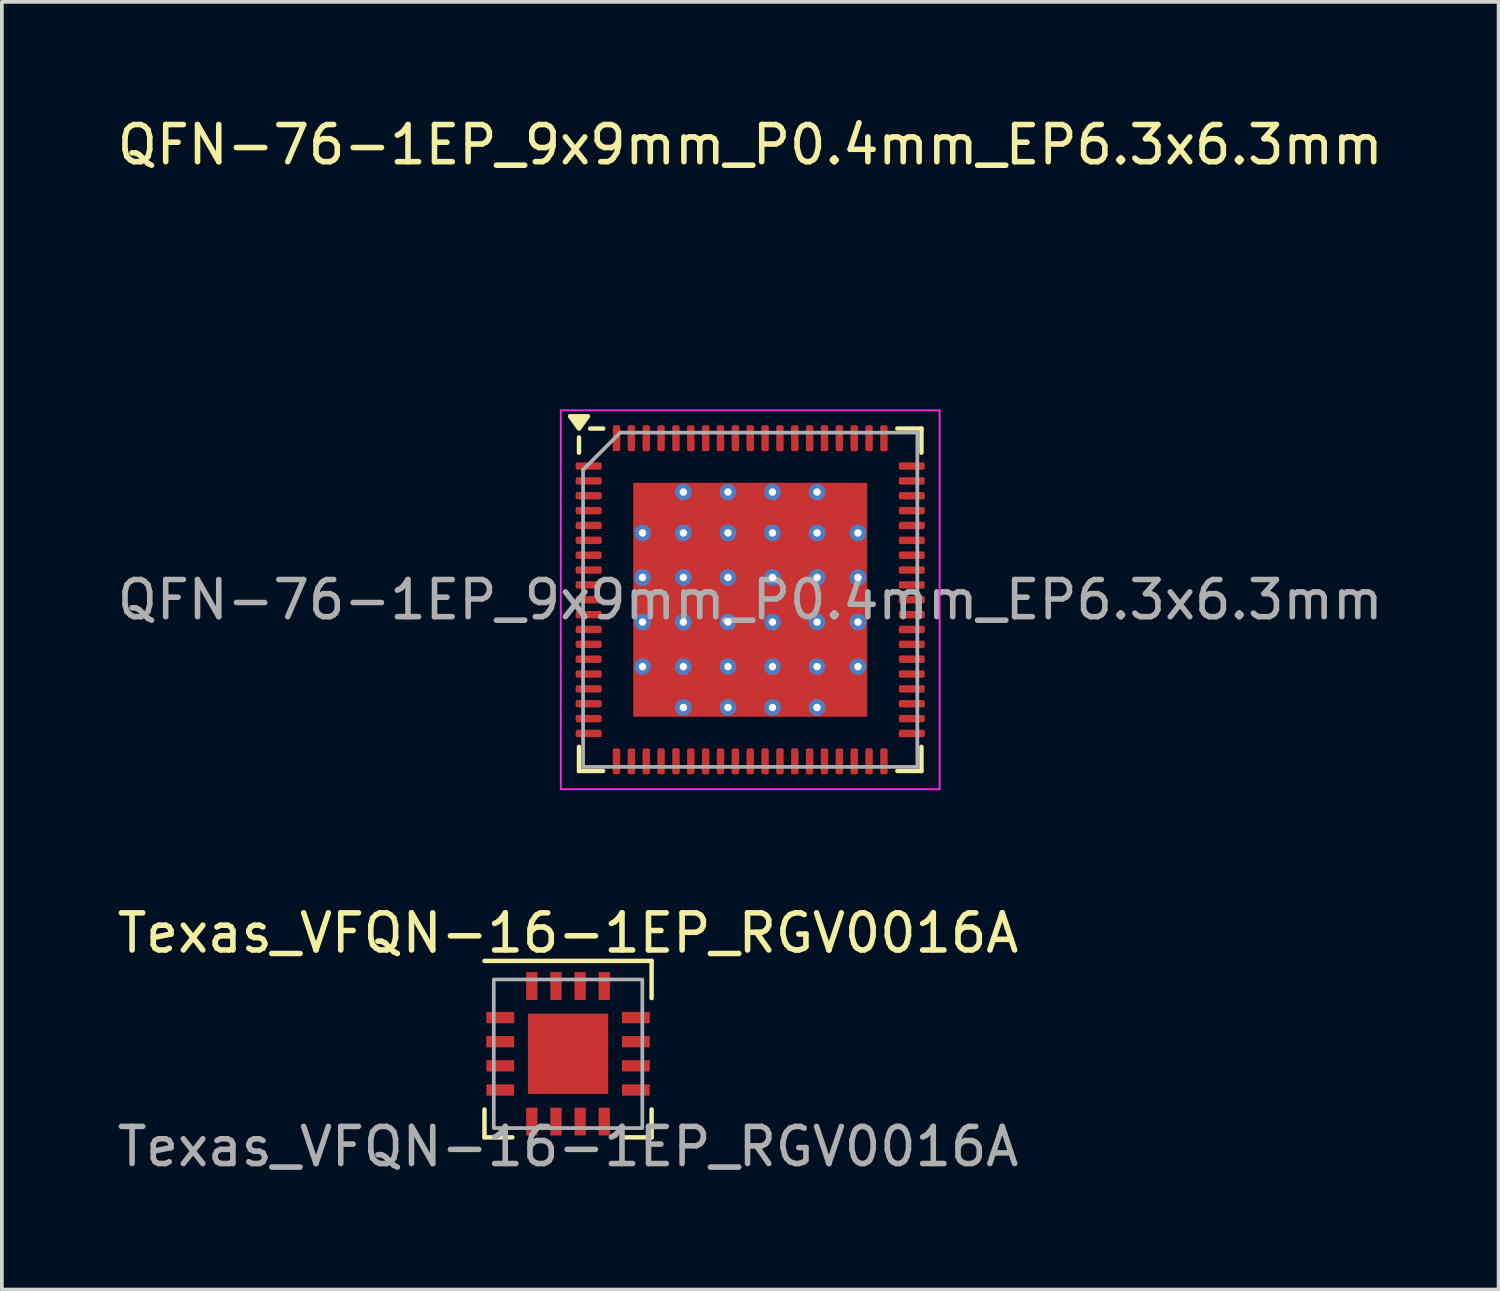
<source format=kicad_pcb>
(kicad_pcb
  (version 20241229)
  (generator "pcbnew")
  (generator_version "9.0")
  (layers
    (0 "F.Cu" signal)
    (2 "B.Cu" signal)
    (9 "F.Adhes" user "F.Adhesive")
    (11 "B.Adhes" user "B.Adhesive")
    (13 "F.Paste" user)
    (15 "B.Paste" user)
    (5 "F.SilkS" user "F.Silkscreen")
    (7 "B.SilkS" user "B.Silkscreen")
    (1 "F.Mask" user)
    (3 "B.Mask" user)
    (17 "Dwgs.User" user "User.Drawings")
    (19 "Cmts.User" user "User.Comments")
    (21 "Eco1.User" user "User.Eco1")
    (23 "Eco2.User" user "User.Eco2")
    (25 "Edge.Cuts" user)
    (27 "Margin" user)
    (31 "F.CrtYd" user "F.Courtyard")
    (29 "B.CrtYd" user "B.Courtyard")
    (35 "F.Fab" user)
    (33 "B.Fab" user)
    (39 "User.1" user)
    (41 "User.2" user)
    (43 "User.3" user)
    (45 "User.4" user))
  (footprint "Texas_VFQN-16-1EP_RGV0016A"
    (layer "F.Cu")
    (at 12.244 25.322)
    (property "Reference" "Texas_VFQN-16-1EP_RGV0016A" (at 0 -3.25 0) (unlocked yes) (layer "F.SilkS") (effects (font (size 1 1) (thickness 0.15))))
    (attr smd)
    (fp_line (start -2.25 -2.5) (end 2.25 -2.5) (stroke (width 0.12) (type default)) (layer "F.SilkS"))
    (fp_line (start -2.25 2.25) (end -2.25 1.5) (stroke (width 0.12) (type default)) (layer "F.SilkS"))
    (fp_line (start -1.5 2.25) (end -2.25 2.25) (stroke (width 0.12) (type default)) (layer "F.SilkS"))
    (fp_line (start 2.25 -2.5) (end 2.25 -1.5) (stroke (width 0.12) (type default)) (layer "F.SilkS"))
    (fp_line (start 2.25 1.5) (end 2.25 2.25) (stroke (width 0.12) (type default)) (layer "F.SilkS"))
    (fp_line (start 2.25 2.25) (end 1.5 2.25) (stroke (width 0.12) (type default)) (layer "F.SilkS"))
    (fp_rect (start -2 -2) (end 2 2) (stroke (width 0.1) (type default)) (fill no) (layer "F.Fab"))
    (fp_text user "${REFERENCE}" (at 0 2.5 0) (unlocked yes) (layer "F.Fab") (effects (font (size 1 1) (thickness 0.15))))
    (pad "1" smd rect (at -1.825 -0.975) (size 0.75 0.305) (layers "F.Cu" "F.Mask" "F.Paste"))
    (pad "2" smd rect (at -1.825 -0.325) (size 0.75 0.305) (layers "F.Cu" "F.Mask" "F.Paste"))
    (pad "3" smd rect (at -1.825 0.325) (size 0.75 0.305) (layers "F.Cu" "F.Mask" "F.Paste"))
    (pad "4" smd rect (at -1.825 0.975) (size 0.75 0.305) (layers "F.Cu" "F.Mask" "F.Paste"))
    (pad "5" smd rect (at -0.975 1.825 90) (size 0.75 0.305) (layers "F.Cu" "F.Mask" "F.Paste"))
    (pad "6" smd rect (at -0.325 1.825 90) (size 0.75 0.305) (layers "F.Cu" "F.Mask" "F.Paste"))
    (pad "7" smd rect (at 0.325 1.825 90) (size 0.75 0.305) (layers "F.Cu" "F.Mask" "F.Paste"))
    (pad "8" smd rect (at 0.975 1.825 90) (size 0.75 0.305) (layers "F.Cu" "F.Mask" "F.Paste"))
    (pad "9" smd rect (at 1.825 0.975) (size 0.75 0.305) (layers "F.Cu" "F.Mask" "F.Paste"))
    (pad "10" smd rect (at 1.825 0.325) (size 0.75 0.305) (layers "F.Cu" "F.Mask" "F.Paste"))
    (pad "11" smd rect (at 1.825 -0.325) (size 0.75 0.305) (layers "F.Cu" "F.Mask" "F.Paste"))
    (pad "12" smd rect (at 1.825 -0.975) (size 0.75 0.305) (layers "F.Cu" "F.Mask" "F.Paste"))
    (pad "13" smd rect (at 0.975 -1.825 90) (size 0.75 0.305) (layers "F.Cu" "F.Mask" "F.Paste"))
    (pad "14" smd rect (at 0.325 -1.825 90) (size 0.75 0.305) (layers "F.Cu" "F.Mask" "F.Paste"))
    (pad "15" smd rect (at -0.325 -1.825 90) (size 0.75 0.305) (layers "F.Cu" "F.Mask" "F.Paste"))
    (pad "16" smd rect (at -0.975 -1.825 90) (size 0.75 0.305) (layers "F.Cu" "F.Mask" "F.Paste"))
    (pad "17" smd rect (at 0 0) (size 2.16 2.16) (layers "F.Cu" "F.Mask" "F.Paste")))
  (footprint "QFN-76-1EP_9x9mm_P0.4mm_EP6.3x6.3mm"
    (layer "F.Cu")
    (at 17.149 13.098)
    (property "Reference" "QFN-76-1EP_9x9mm_P0.4mm_EP6.3x6.3mm" (at 0 -12.25 0) (unlocked yes) (layer "F.SilkS") (effects (font (size 1 1) (thickness 0.15))))
    (attr smd)
    (fp_line (start -4.61 -3.96) (end -4.61 -4.37) (stroke (width 0.12) (type solid)) (layer "F.SilkS"))
    (fp_line (start -4.61 4.61) (end -4.61 3.96) (stroke (width 0.12) (type solid)) (layer "F.SilkS"))
    (fp_line (start -3.96 -4.61) (end -4.31 -4.61) (stroke (width 0.12) (type solid)) (layer "F.SilkS"))
    (fp_line (start -3.96 4.61) (end -4.61 4.61) (stroke (width 0.12) (type solid)) (layer "F.SilkS"))
    (fp_line (start 3.96 -4.61) (end 4.61 -4.61) (stroke (width 0.12) (type solid)) (layer "F.SilkS"))
    (fp_line (start 3.96 4.61) (end 4.61 4.61) (stroke (width 0.12) (type solid)) (layer "F.SilkS"))
    (fp_line (start 4.61 -4.61) (end 4.61 -3.96) (stroke (width 0.12) (type solid)) (layer "F.SilkS"))
    (fp_line (start 4.61 4.61) (end 4.61 3.96) (stroke (width 0.12) (type solid)) (layer "F.SilkS"))
    (fp_poly (pts (xy -4.61 -4.61) (xy -4.85 -4.94) (xy -4.37 -4.94) (xy -4.61 -4.61)) (stroke (width 0.12) (type solid)) (fill yes) (layer "F.SilkS"))
    (fp_line (start -5.1 -5.1) (end -5.1 5.1) (stroke (width 0.05) (type solid)) (layer "F.CrtYd"))
    (fp_line (start -5.1 5.1) (end 5.1 5.1) (stroke (width 0.05) (type solid)) (layer "F.CrtYd"))
    (fp_line (start 5.1 -5.1) (end -5.1 -5.1) (stroke (width 0.05) (type solid)) (layer "F.CrtYd"))
    (fp_line (start 5.1 5.1) (end 5.1 -5.1) (stroke (width 0.05) (type solid)) (layer "F.CrtYd"))
    (fp_line (start -4.5 -3.5) (end -3.5 -4.5) (stroke (width 0.1) (type solid)) (layer "F.Fab"))
    (fp_line (start -4.5 4.5) (end -4.5 -3.5) (stroke (width 0.1) (type solid)) (layer "F.Fab"))
    (fp_line (start -3.5 -4.5) (end 4.5 -4.5) (stroke (width 0.1) (type solid)) (layer "F.Fab"))
    (fp_line (start 4.5 -4.5) (end 4.5 4.5) (stroke (width 0.1) (type solid)) (layer "F.Fab"))
    (fp_line (start 4.5 4.5) (end -4.5 4.5) (stroke (width 0.1) (type solid)) (layer "F.Fab"))
    (fp_text user "${REFERENCE}" (at 0 0 0) (layer "F.Fab") (effects (font (size 1 1) (thickness 0.15))))
    (pad "1" smd roundrect (at -4.35 -3.6) (size 0.7 0.2) (property pad_prop_heatsink) (layers "F.Cu" "F.Mask" "F.Paste") (roundrect_rratio 0.25))
    (pad "2" smd roundrect (at -4.35 -3.2) (size 0.7 0.2) (property pad_prop_heatsink) (layers "F.Cu" "F.Mask" "F.Paste") (roundrect_rratio 0.25))
    (pad "3" smd roundrect (at -4.35 -2.8) (size 0.7 0.2) (property pad_prop_heatsink) (layers "F.Cu" "F.Mask" "F.Paste") (roundrect_rratio 0.25))
    (pad "4" smd roundrect (at -4.35 -2.4) (size 0.7 0.2) (property pad_prop_heatsink) (layers "F.Cu" "F.Mask" "F.Paste") (roundrect_rratio 0.25))
    (pad "5" smd roundrect (at -4.35 -2) (size 0.7 0.2) (property pad_prop_heatsink) (layers "F.Cu" "F.Mask" "F.Paste") (roundrect_rratio 0.25))
    (pad "6" smd roundrect (at -4.35 -1.6) (size 0.7 0.2) (property pad_prop_heatsink) (layers "F.Cu" "F.Mask" "F.Paste") (roundrect_rratio 0.25))
    (pad "7" smd roundrect (at -4.35 -1.2) (size 0.7 0.2) (property pad_prop_heatsink) (layers "F.Cu" "F.Mask" "F.Paste") (roundrect_rratio 0.25))
    (pad "8" smd roundrect (at -4.35 -0.8) (size 0.7 0.2) (property pad_prop_heatsink) (layers "F.Cu" "F.Mask" "F.Paste") (roundrect_rratio 0.25))
    (pad "9" smd roundrect (at -4.35 -0.4) (size 0.7 0.2) (property pad_prop_heatsink) (layers "F.Cu" "F.Mask" "F.Paste") (roundrect_rratio 0.25))
    (pad "10" smd roundrect (at -4.35 0) (size 0.7 0.2) (property pad_prop_heatsink) (layers "F.Cu" "F.Mask" "F.Paste") (roundrect_rratio 0.25))
    (pad "11" smd roundrect (at -4.35 0.4) (size 0.7 0.2) (property pad_prop_heatsink) (layers "F.Cu" "F.Mask" "F.Paste") (roundrect_rratio 0.25))
    (pad "12" smd roundrect (at -4.35 0.8) (size 0.7 0.2) (property pad_prop_heatsink) (layers "F.Cu" "F.Mask" "F.Paste") (roundrect_rratio 0.25))
    (pad "13" smd roundrect (at -4.35 1.2) (size 0.7 0.2) (property pad_prop_heatsink) (layers "F.Cu" "F.Mask" "F.Paste") (roundrect_rratio 0.25))
    (pad "14" smd roundrect (at -4.35 1.6) (size 0.7 0.2) (property pad_prop_heatsink) (layers "F.Cu" "F.Mask" "F.Paste") (roundrect_rratio 0.25))
    (pad "15" smd roundrect (at -4.35 2) (size 0.7 0.2) (property pad_prop_heatsink) (layers "F.Cu" "F.Mask" "F.Paste") (roundrect_rratio 0.25))
    (pad "16" smd roundrect (at -4.35 2.4) (size 0.7 0.2) (property pad_prop_heatsink) (layers "F.Cu" "F.Mask" "F.Paste") (roundrect_rratio 0.25))
    (pad "17" smd roundrect (at -4.35 2.8) (size 0.7 0.2) (property pad_prop_heatsink) (layers "F.Cu" "F.Mask" "F.Paste") (roundrect_rratio 0.25))
    (pad "18" smd roundrect (at -4.35 3.2) (size 0.7 0.2) (property pad_prop_heatsink) (layers "F.Cu" "F.Mask" "F.Paste") (roundrect_rratio 0.25))
    (pad "19" smd roundrect (at -4.35 3.6) (size 0.7 0.2) (property pad_prop_heatsink) (layers "F.Cu" "F.Mask" "F.Paste") (roundrect_rratio 0.25))
    (pad "20" smd roundrect (at -3.6 4.35 90) (size 0.7 0.2) (property pad_prop_heatsink) (layers "F.Cu" "F.Mask" "F.Paste") (roundrect_rratio 0.25))
    (pad "21" smd roundrect (at -3.2 4.35 90) (size 0.7 0.2) (property pad_prop_heatsink) (layers "F.Cu" "F.Mask" "F.Paste") (roundrect_rratio 0.25))
    (pad "22" smd roundrect (at -2.8 4.35 90) (size 0.7 0.2) (property pad_prop_heatsink) (layers "F.Cu" "F.Mask" "F.Paste") (roundrect_rratio 0.25))
    (pad "23" smd roundrect (at -2.4 4.35 90) (size 0.7 0.2) (property pad_prop_heatsink) (layers "F.Cu" "F.Mask" "F.Paste") (roundrect_rratio 0.25))
    (pad "24" smd roundrect (at -2 4.35 90) (size 0.7 0.2) (property pad_prop_heatsink) (layers "F.Cu" "F.Mask" "F.Paste") (roundrect_rratio 0.25))
    (pad "25" smd roundrect (at -1.6 4.35 90) (size 0.7 0.2) (property pad_prop_heatsink) (layers "F.Cu" "F.Mask" "F.Paste") (roundrect_rratio 0.25))
    (pad "26" smd roundrect (at -1.2 4.35 90) (size 0.7 0.2) (property pad_prop_heatsink) (layers "F.Cu" "F.Mask" "F.Paste") (roundrect_rratio 0.25))
    (pad "27" smd roundrect (at -0.8 4.35 90) (size 0.7 0.2) (property pad_prop_heatsink) (layers "F.Cu" "F.Mask" "F.Paste") (roundrect_rratio 0.25))
    (pad "28" smd roundrect (at -0.4 4.35 90) (size 0.7 0.2) (property pad_prop_heatsink) (layers "F.Cu" "F.Mask" "F.Paste") (roundrect_rratio 0.25))
    (pad "29" smd roundrect (at 0 4.35 90) (size 0.7 0.2) (property pad_prop_heatsink) (layers "F.Cu" "F.Mask" "F.Paste") (roundrect_rratio 0.25))
    (pad "30" smd roundrect (at 0.4 4.35 90) (size 0.7 0.2) (property pad_prop_heatsink) (layers "F.Cu" "F.Mask" "F.Paste") (roundrect_rratio 0.25))
    (pad "31" smd roundrect (at 0.8 4.35 90) (size 0.7 0.2) (property pad_prop_heatsink) (layers "F.Cu" "F.Mask" "F.Paste") (roundrect_rratio 0.25))
    (pad "32" smd roundrect (at 1.2 4.35 90) (size 0.7 0.2) (property pad_prop_heatsink) (layers "F.Cu" "F.Mask" "F.Paste") (roundrect_rratio 0.25))
    (pad "33" smd roundrect (at 1.6 4.35 90) (size 0.7 0.2) (property pad_prop_heatsink) (layers "F.Cu" "F.Mask" "F.Paste") (roundrect_rratio 0.25))
    (pad "34" smd roundrect (at 2 4.35 90) (size 0.7 0.2) (property pad_prop_heatsink) (layers "F.Cu" "F.Mask" "F.Paste") (roundrect_rratio 0.25))
    (pad "35" smd roundrect (at 2.4 4.35 90) (size 0.7 0.2) (property pad_prop_heatsink) (layers "F.Cu" "F.Mask" "F.Paste") (roundrect_rratio 0.25))
    (pad "36" smd roundrect (at 2.8 4.35 90) (size 0.7 0.2) (property pad_prop_heatsink) (layers "F.Cu" "F.Mask" "F.Paste") (roundrect_rratio 0.25))
    (pad "37" smd roundrect (at 3.2 4.35 90) (size 0.7 0.2) (property pad_prop_heatsink) (layers "F.Cu" "F.Mask" "F.Paste") (roundrect_rratio 0.25))
    (pad "38" smd roundrect (at 3.6 4.35 90) (size 0.7 0.2) (property pad_prop_heatsink) (layers "F.Cu" "F.Mask" "F.Paste") (roundrect_rratio 0.25))
    (pad "39" smd roundrect (at 4.35 3.6) (size 0.7 0.2) (property pad_prop_heatsink) (layers "F.Cu" "F.Mask" "F.Paste") (roundrect_rratio 0.25))
    (pad "40" smd roundrect (at 4.35 3.2) (size 0.7 0.2) (property pad_prop_heatsink) (layers "F.Cu" "F.Mask" "F.Paste") (roundrect_rratio 0.25))
    (pad "41" smd roundrect (at 4.35 2.8) (size 0.7 0.2) (property pad_prop_heatsink) (layers "F.Cu" "F.Mask" "F.Paste") (roundrect_rratio 0.25))
    (pad "42" smd roundrect (at 4.35 2.4) (size 0.7 0.2) (property pad_prop_heatsink) (layers "F.Cu" "F.Mask" "F.Paste") (roundrect_rratio 0.25))
    (pad "43" smd roundrect (at 4.35 2) (size 0.7 0.2) (property pad_prop_heatsink) (layers "F.Cu" "F.Mask" "F.Paste") (roundrect_rratio 0.25))
    (pad "44" smd roundrect (at 4.35 1.6) (size 0.7 0.2) (property pad_prop_heatsink) (layers "F.Cu" "F.Mask" "F.Paste") (roundrect_rratio 0.25))
    (pad "45" smd roundrect (at 4.35 1.2) (size 0.7 0.2) (property pad_prop_heatsink) (layers "F.Cu" "F.Mask" "F.Paste") (roundrect_rratio 0.25))
    (pad "46" smd roundrect (at 4.35 0.8) (size 0.7 0.2) (property pad_prop_heatsink) (layers "F.Cu" "F.Mask" "F.Paste") (roundrect_rratio 0.25))
    (pad "47" smd roundrect (at 4.35 0.4) (size 0.7 0.2) (property pad_prop_heatsink) (layers "F.Cu" "F.Mask" "F.Paste") (roundrect_rratio 0.25))
    (pad "48" smd roundrect (at 4.35 0) (size 0.7 0.2) (property pad_prop_heatsink) (layers "F.Cu" "F.Mask" "F.Paste") (roundrect_rratio 0.25))
    (pad "49" smd roundrect (at 4.35 -0.4) (size 0.7 0.2) (property pad_prop_heatsink) (layers "F.Cu" "F.Mask" "F.Paste") (roundrect_rratio 0.25))
    (pad "50" smd roundrect (at 4.35 -0.8) (size 0.7 0.2) (property pad_prop_heatsink) (layers "F.Cu" "F.Mask" "F.Paste") (roundrect_rratio 0.25))
    (pad "51" smd roundrect (at 4.35 -1.2) (size 0.7 0.2) (property pad_prop_heatsink) (layers "F.Cu" "F.Mask" "F.Paste") (roundrect_rratio 0.25))
    (pad "52" smd roundrect (at 4.35 -1.6) (size 0.7 0.2) (property pad_prop_heatsink) (layers "F.Cu" "F.Mask" "F.Paste") (roundrect_rratio 0.25))
    (pad "53" smd roundrect (at 4.35 -2) (size 0.7 0.2) (property pad_prop_heatsink) (layers "F.Cu" "F.Mask" "F.Paste") (roundrect_rratio 0.25))
    (pad "54" smd roundrect (at 4.35 -2.4) (size 0.7 0.2) (property pad_prop_heatsink) (layers "F.Cu" "F.Mask" "F.Paste") (roundrect_rratio 0.25))
    (pad "55" smd roundrect (at 4.35 -2.8) (size 0.7 0.2) (property pad_prop_heatsink) (layers "F.Cu" "F.Mask" "F.Paste") (roundrect_rratio 0.25))
    (pad "56" smd roundrect (at 4.35 -3.2) (size 0.7 0.2) (property pad_prop_heatsink) (layers "F.Cu" "F.Mask" "F.Paste") (roundrect_rratio 0.25))
    (pad "57" smd roundrect (at 4.35 -3.6) (size 0.7 0.2) (property pad_prop_heatsink) (layers "F.Cu" "F.Mask" "F.Paste") (roundrect_rratio 0.25))
    (pad "58" smd roundrect (at 3.6 -4.35 90) (size 0.7 0.2) (property pad_prop_heatsink) (layers "F.Cu" "F.Mask" "F.Paste") (roundrect_rratio 0.25))
    (pad "59" smd roundrect (at 3.2 -4.35 90) (size 0.7 0.2) (property pad_prop_heatsink) (layers "F.Cu" "F.Mask" "F.Paste") (roundrect_rratio 0.25))
    (pad "60" smd roundrect (at 2.8 -4.35 90) (size 0.7 0.2) (property pad_prop_heatsink) (layers "F.Cu" "F.Mask" "F.Paste") (roundrect_rratio 0.25))
    (pad "61" smd roundrect (at 2.4 -4.35 90) (size 0.7 0.2) (property pad_prop_heatsink) (layers "F.Cu" "F.Mask" "F.Paste") (roundrect_rratio 0.25))
    (pad "62" smd roundrect (at 2 -4.35 90) (size 0.7 0.2) (property pad_prop_heatsink) (layers "F.Cu" "F.Mask" "F.Paste") (roundrect_rratio 0.25))
    (pad "63" smd roundrect (at 1.6 -4.35 90) (size 0.7 0.2) (property pad_prop_heatsink) (layers "F.Cu" "F.Mask" "F.Paste") (roundrect_rratio 0.25))
    (pad "64" smd roundrect (at 1.2 -4.35 90) (size 0.7 0.2) (property pad_prop_heatsink) (layers "F.Cu" "F.Mask" "F.Paste") (roundrect_rratio 0.25))
    (pad "65" smd roundrect (at 0.8 -4.35 90) (size 0.7 0.2) (property pad_prop_heatsink) (layers "F.Cu" "F.Mask" "F.Paste") (roundrect_rratio 0.25))
    (pad "66" smd roundrect (at 0.4 -4.35 90) (size 0.7 0.2) (property pad_prop_heatsink) (layers "F.Cu" "F.Mask" "F.Paste") (roundrect_rratio 0.25))
    (pad "67" smd roundrect (at 0 -4.35 90) (size 0.7 0.2) (property pad_prop_heatsink) (layers "F.Cu" "F.Mask" "F.Paste") (roundrect_rratio 0.25))
    (pad "68" smd roundrect (at -0.4 -4.35 90) (size 0.7 0.2) (property pad_prop_heatsink) (layers "F.Cu" "F.Mask" "F.Paste") (roundrect_rratio 0.25))
    (pad "69" smd roundrect (at -0.8 -4.35 90) (size 0.7 0.2) (property pad_prop_heatsink) (layers "F.Cu" "F.Mask" "F.Paste") (roundrect_rratio 0.25))
    (pad "70" smd roundrect (at -1.2 -4.35 90) (size 0.7 0.2) (property pad_prop_heatsink) (layers "F.Cu" "F.Mask" "F.Paste") (roundrect_rratio 0.25))
    (pad "71" smd roundrect (at -1.6 -4.35 90) (size 0.7 0.2) (property pad_prop_heatsink) (layers "F.Cu" "F.Mask" "F.Paste") (roundrect_rratio 0.25))
    (pad "72" smd roundrect (at -2 -4.35 90) (size 0.7 0.2) (property pad_prop_heatsink) (layers "F.Cu" "F.Mask" "F.Paste") (roundrect_rratio 0.25))
    (pad "73" smd roundrect (at -2.4 -4.35 90) (size 0.7 0.2) (property pad_prop_heatsink) (layers "F.Cu" "F.Mask" "F.Paste") (roundrect_rratio 0.25))
    (pad "74" smd roundrect (at -2.8 -4.35 90) (size 0.7 0.2) (property pad_prop_heatsink) (layers "F.Cu" "F.Mask" "F.Paste") (roundrect_rratio 0.25))
    (pad "75" smd roundrect (at -3.2 -4.35 90) (size 0.7 0.2) (property pad_prop_heatsink) (layers "F.Cu" "F.Mask" "F.Paste") (roundrect_rratio 0.25))
    (pad "76" smd roundrect (at -3.6 -4.35 90) (size 0.7 0.2) (property pad_prop_heatsink) (layers "F.Cu" "F.Mask" "F.Paste") (roundrect_rratio 0.25))
    (pad "77" thru_hole circle (at -2.9 -1.8) (size 0.45 0.45) (drill 0.2) (layers "*.Cu" "*.Mask"))
    (pad "77" thru_hole circle (at -2.9 -0.6) (size 0.45 0.45) (drill 0.2) (layers "*.Cu" "*.Mask"))
    (pad "77" thru_hole circle (at -2.9 0.6) (size 0.45 0.45) (drill 0.2) (layers "*.Cu" "*.Mask"))
    (pad "77" thru_hole circle (at -2.9 1.8) (size 0.45 0.45) (drill 0.2) (layers "*.Cu" "*.Mask"))
    (pad "77" thru_hole circle (at -1.8 -2.9) (size 0.45 0.45) (drill 0.2) (layers "*.Cu" "*.Mask"))
    (pad "77" thru_hole circle (at -1.8 -1.8) (size 0.45 0.45) (drill 0.2) (layers "*.Cu" "*.Mask"))
    (pad "77" thru_hole circle (at -1.8 -0.6) (size 0.45 0.45) (drill 0.2) (layers "*.Cu" "*.Mask"))
    (pad "77" thru_hole circle (at -1.8 0.6) (size 0.45 0.45) (drill 0.2) (layers "*.Cu" "*.Mask"))
    (pad "77" thru_hole circle (at -1.8 1.8) (size 0.45 0.45) (drill 0.2) (layers "*.Cu" "*.Mask"))
    (pad "77" thru_hole circle (at -1.8 2.9) (size 0.45 0.45) (drill 0.2) (layers "*.Cu" "*.Mask"))
    (pad "77" thru_hole circle (at -0.6 -2.9) (size 0.45 0.45) (drill 0.2) (layers "*.Cu" "*.Mask"))
    (pad "77" thru_hole circle (at -0.6 -1.8) (size 0.45 0.45) (drill 0.2) (layers "*.Cu" "*.Mask"))
    (pad "77" thru_hole circle (at -0.6 -0.6) (size 0.45 0.45) (drill 0.2) (layers "*.Cu" "*.Mask"))
    (pad "77" thru_hole circle (at -0.6 0.6) (size 0.45 0.45) (drill 0.2) (layers "*.Cu" "*.Mask"))
    (pad "77" thru_hole circle (at -0.6 1.8) (size 0.45 0.45) (drill 0.2) (layers "*.Cu" "*.Mask"))
    (pad "77" thru_hole circle (at -0.6 2.9) (size 0.45 0.45) (drill 0.2) (layers "*.Cu" "*.Mask"))
    (pad "77" smd rect (at 0 0) (size 6.3 6.3) (property pad_prop_heatsink) (layers "F.Cu" "F.Mask" "F.Paste"))
    (pad "77" thru_hole circle (at 0.6 -2.9) (size 0.45 0.45) (drill 0.2) (layers "*.Cu" "*.Mask"))
    (pad "77" thru_hole circle (at 0.6 -1.8) (size 0.45 0.45) (drill 0.2) (layers "*.Cu" "*.Mask"))
    (pad "77" thru_hole circle (at 0.6 -0.6) (size 0.45 0.45) (drill 0.2) (layers "*.Cu" "*.Mask"))
    (pad "77" thru_hole circle (at 0.6 0.6) (size 0.45 0.45) (drill 0.2) (layers "*.Cu" "*.Mask"))
    (pad "77" thru_hole circle (at 0.6 1.8) (size 0.45 0.45) (drill 0.2) (layers "*.Cu" "*.Mask"))
    (pad "77" thru_hole circle (at 0.6 2.9) (size 0.45 0.45) (drill 0.2) (layers "*.Cu" "*.Mask"))
    (pad "77" thru_hole circle (at 1.8 -2.9) (size 0.45 0.45) (drill 0.2) (layers "*.Cu" "*.Mask"))
    (pad "77" thru_hole circle (at 1.8 -1.8) (size 0.45 0.45) (drill 0.2) (layers "*.Cu" "*.Mask"))
    (pad "77" thru_hole circle (at 1.8 -0.6) (size 0.45 0.45) (drill 0.2) (layers "*.Cu" "*.Mask"))
    (pad "77" thru_hole circle (at 1.8 0.6) (size 0.45 0.45) (drill 0.2) (layers "*.Cu" "*.Mask"))
    (pad "77" thru_hole circle (at 1.8 1.8) (size 0.45 0.45) (drill 0.2) (layers "*.Cu" "*.Mask"))
    (pad "77" thru_hole circle (at 1.8 2.9) (size 0.45 0.45) (drill 0.2) (layers "*.Cu" "*.Mask"))
    (pad "77" thru_hole circle (at 2.9 -1.8) (size 0.45 0.45) (drill 0.2) (layers "*.Cu" "*.Mask"))
    (pad "77" thru_hole circle (at 2.9 -0.6) (size 0.45 0.45) (drill 0.2) (layers "*.Cu" "*.Mask"))
    (pad "77" thru_hole circle (at 2.9 0.6) (size 0.45 0.45) (drill 0.2) (layers "*.Cu" "*.Mask"))
    (pad "77" thru_hole circle (at 2.9 1.8) (size 0.45 0.45) (drill 0.2) (layers "*.Cu" "*.Mask")))
  (gr_rect
    (start -3 -3)
    (end 37.298 31.67)
    (stroke (width 0.1) (type default))
    (fill no)
    (layer "Edge.Cuts")))
</source>
